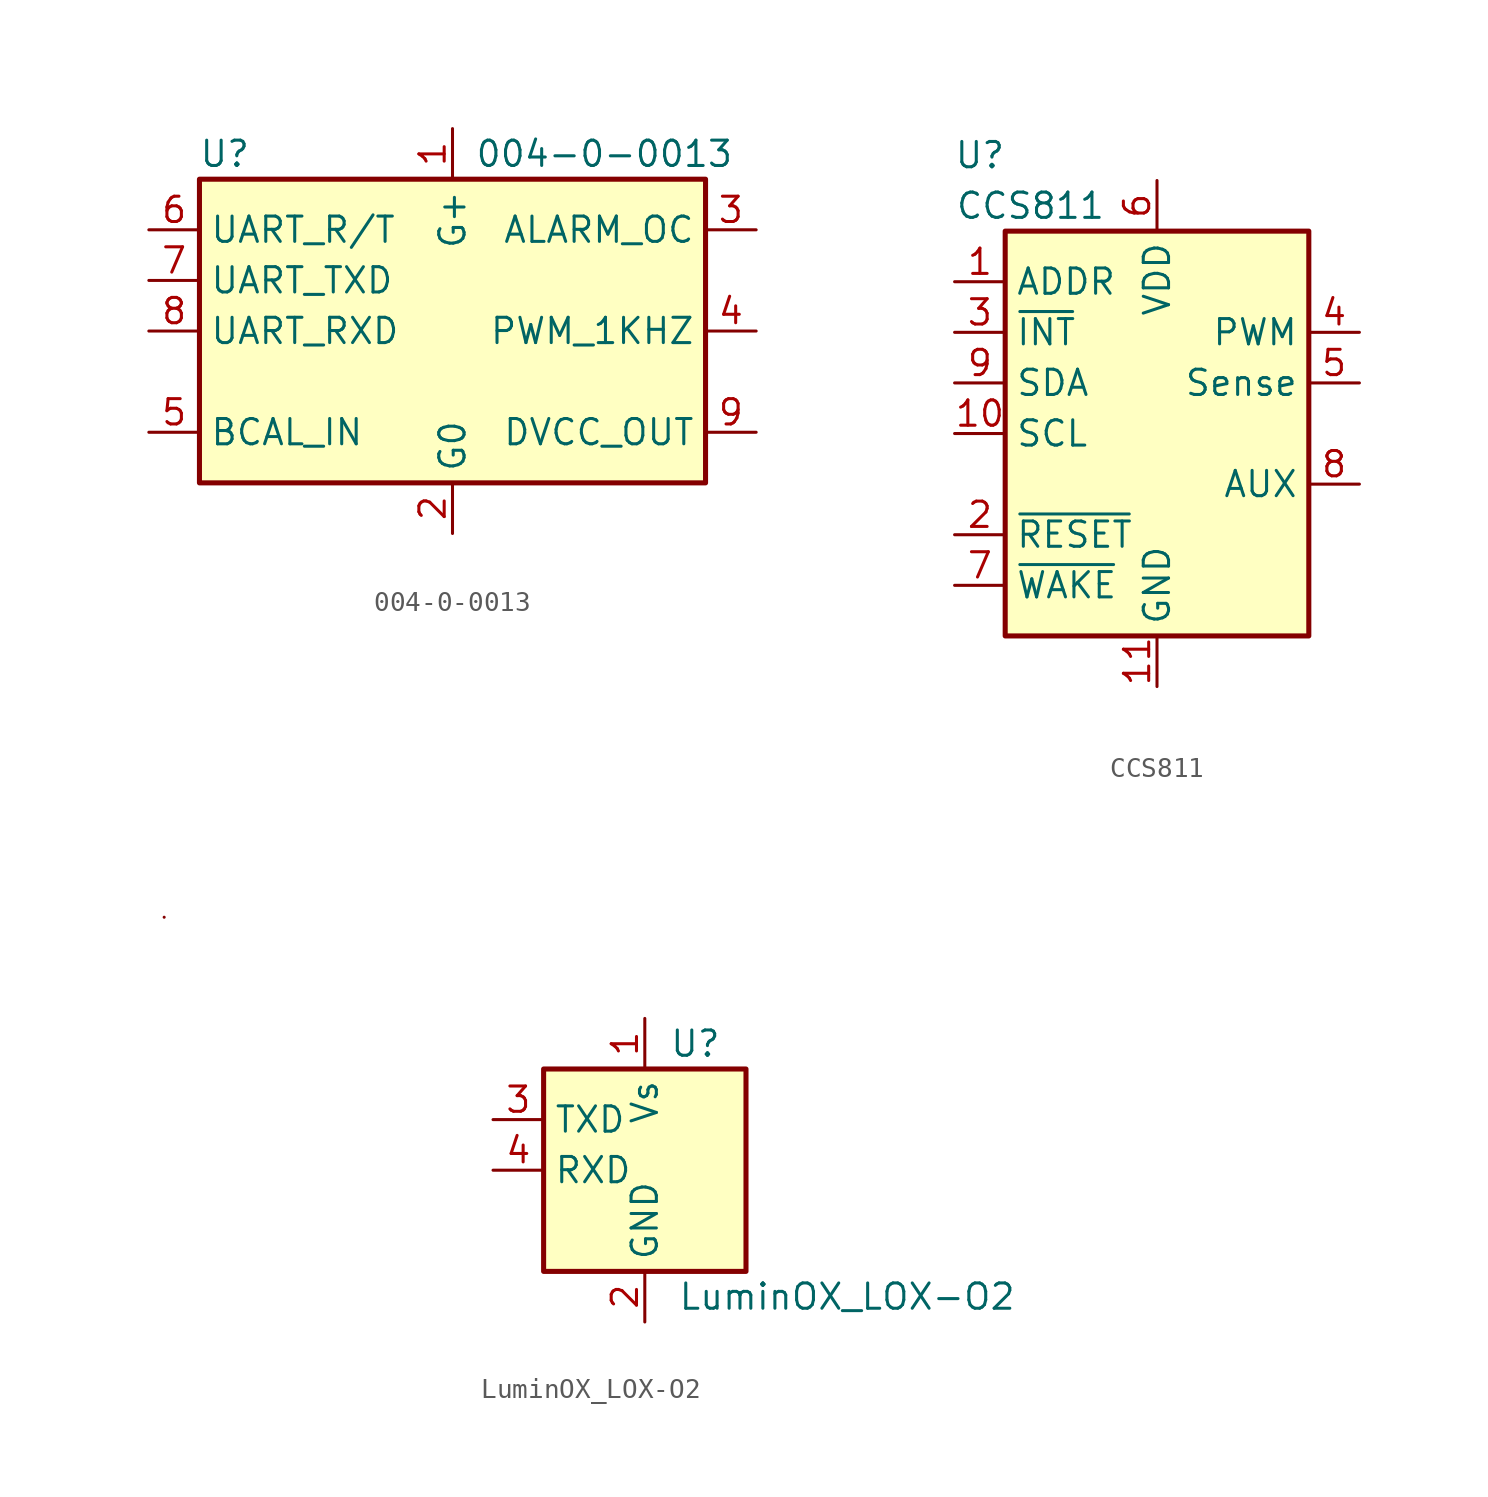
<source format=kicad_sym>
(kicad_symbol_lib
  (version 20211014)
  (generator kicad_symbol_editor)
  (symbol "004-0-0013"
    (property "Reference" "U"
      (at -11.43 8.89 0)
      (effects (font (size 1.27 1.27))))
    (property "Value" "004-0-0013"
      (at 7.62 8.89 0)
      (effects (font (size 1.27 1.27))))
    (symbol "004-0-0013_0_1"
      (rectangle (start -12.7 7.62) (end 12.7 -7.62) (stroke (width 0.254) (type default) (color 0 0 0 0)) (fill (type background))))
    (symbol "004-0-0013_1_1"
      (pin power_in line (at 0 10.16 270) (length 2.54) (name "G+" (effects (font (size 1.27 1.27)))) (number "1" (effects (font (size 1.27 1.27)))))
      (pin power_in line (at 0 -10.16 90) (length 2.54) (name "G0" (effects (font (size 1.27 1.27)))) (number "2" (effects (font (size 1.27 1.27)))))
      (pin open_collector line (at 15.24 5.08 180) (length 2.54) (name "ALARM_OC" (effects (font (size 1.27 1.27)))) (number "3" (effects (font (size 1.27 1.27)))))
      (pin output line (at 15.24 0 180) (length 2.54) (name "PWM_1KHZ" (effects (font (size 1.27 1.27)))) (number "4" (effects (font (size 1.27 1.27)))))
      (pin input line (at -15.24 -5.08 0) (length 2.54) (name "BCAL_IN" (effects (font (size 1.27 1.27)))) (number "5" (effects (font (size 1.27 1.27)))))
      (pin output line (at -15.24 5.08 0) (length 2.54) (name "UART_R/T" (effects (font (size 1.27 1.27)))) (number "6" (effects (font (size 1.27 1.27)))))
      (pin output line (at -15.24 2.54 0) (length 2.54) (name "UART_TXD" (effects (font (size 1.27 1.27)))) (number "7" (effects (font (size 1.27 1.27)))))
      (pin input line (at -15.24 0 0) (length 2.54) (name "UART_RXD" (effects (font (size 1.27 1.27)))) (number "8" (effects (font (size 1.27 1.27)))))
      (pin power_out line (at 15.24 -5.08 180) (length 2.54) (name "DVCC_OUT" (effects (font (size 1.27 1.27)))) (number "9" (effects (font (size 1.27 1.27)))))))
  (symbol "CCS811"
    (property "Reference" "U"
      (at -8.89 13.97 0)
      (effects (font (size 1.27 1.27))))
    (property "Value" "CCS811"
      (at -6.35 11.43 0)
      (effects (font (size 1.27 1.27))))
    (symbol "CCS811_0_1"
      (rectangle (start -7.62 10.16) (end 7.62 -10.16) (stroke (width 0.254) (type default) (color 0 0 0 0)) (fill (type background))))
    (symbol "CCS811_1_1"
      (pin input line (at -10.16 7.62 0) (length 2.54) (name "ADDR" (effects (font (size 1.27 1.27)))) (number "1" (effects (font (size 1.27 1.27)))))
      (pin input line (at -10.16 0 0) (length 2.54) (name "SCL" (effects (font (size 1.27 1.27)))) (number "10" (effects (font (size 1.27 1.27)))))
      (pin power_in line (at 0 -12.7 90) (length 2.54) (name "GND" (effects (font (size 1.27 1.27)))) (number "11" (effects (font (size 1.27 1.27)))))
      (pin input line (at -10.16 -5.08 0) (length 2.54) (name "~{RESET}" (effects (font (size 1.27 1.27)))) (number "2" (effects (font (size 1.27 1.27)))))
      (pin output line (at -10.16 5.08 0) (length 2.54) (name "~{INT}" (effects (font (size 1.27 1.27)))) (number "3" (effects (font (size 1.27 1.27)))))
      (pin output line (at 10.16 5.08 180) (length 2.54) (name "PWM" (effects (font (size 1.27 1.27)))) (number "4" (effects (font (size 1.27 1.27)))))
      (pin bidirectional line (at 10.16 2.54 180) (length 2.54) (name "Sense" (effects (font (size 1.27 1.27)))) (number "5" (effects (font (size 1.27 1.27)))))
      (pin power_in line (at 0 12.7 270) (length 2.54) (name "VDD" (effects (font (size 1.27 1.27)))) (number "6" (effects (font (size 1.27 1.27)))))
      (pin input line (at -10.16 -7.62 0) (length 2.54) (name "~{WAKE}" (effects (font (size 1.27 1.27)))) (number "7" (effects (font (size 1.27 1.27)))))
      (pin input line (at 10.16 -2.54 180) (length 2.54) (name "AUX" (effects (font (size 1.27 1.27)))) (number "8" (effects (font (size 1.27 1.27)))))
      (pin bidirectional line (at -10.16 2.54 0) (length 2.54) (name "SDA" (effects (font (size 1.27 1.27)))) (number "9" (effects (font (size 1.27 1.27)))))))
  (symbol "LuminOX_LOX-O2"
    (property "Reference" "U"
      (at 2.54 6.35 0)
      (effects (font (size 1.27 1.27))))
    (property "Value" "LuminOX_LOX-O2"
      (at 10.16 -6.35 0)
      (effects (font (size 1.27 1.27))))
    (symbol "LuminOX_LOX-O2_0_1"
      (rectangle (start -24.13 12.7) (end -24.13 12.7) (stroke (width 0) (type default) (color 0 0 0 0)) (fill (type none)))
      (rectangle (start -5.08 5.08) (end 5.08 -5.08) (stroke (width 0.254) (type default) (color 0 0 0 0)) (fill (type background))))
    (symbol "LuminOX_LOX-O2_1_1"
      (pin power_in line (at 0 7.62 270) (length 2.54) (name "Vs" (effects (font (size 1.27 1.27)))) (number "1" (effects (font (size 1.27 1.27)))))
      (pin power_in line (at 0 -7.62 90) (length 2.54) (name "GND" (effects (font (size 1.27 1.27)))) (number "2" (effects (font (size 1.27 1.27)))))
      (pin output line (at -7.62 2.54 0) (length 2.54) (name "TXD" (effects (font (size 1.27 1.27)))) (number "3" (effects (font (size 1.27 1.27)))))
      (pin input line (at -7.62 0 0) (length 2.54) (name "RXD" (effects (font (size 1.27 1.27)))) (number "4" (effects (font (size 1.27 1.27))))))))
</source>
